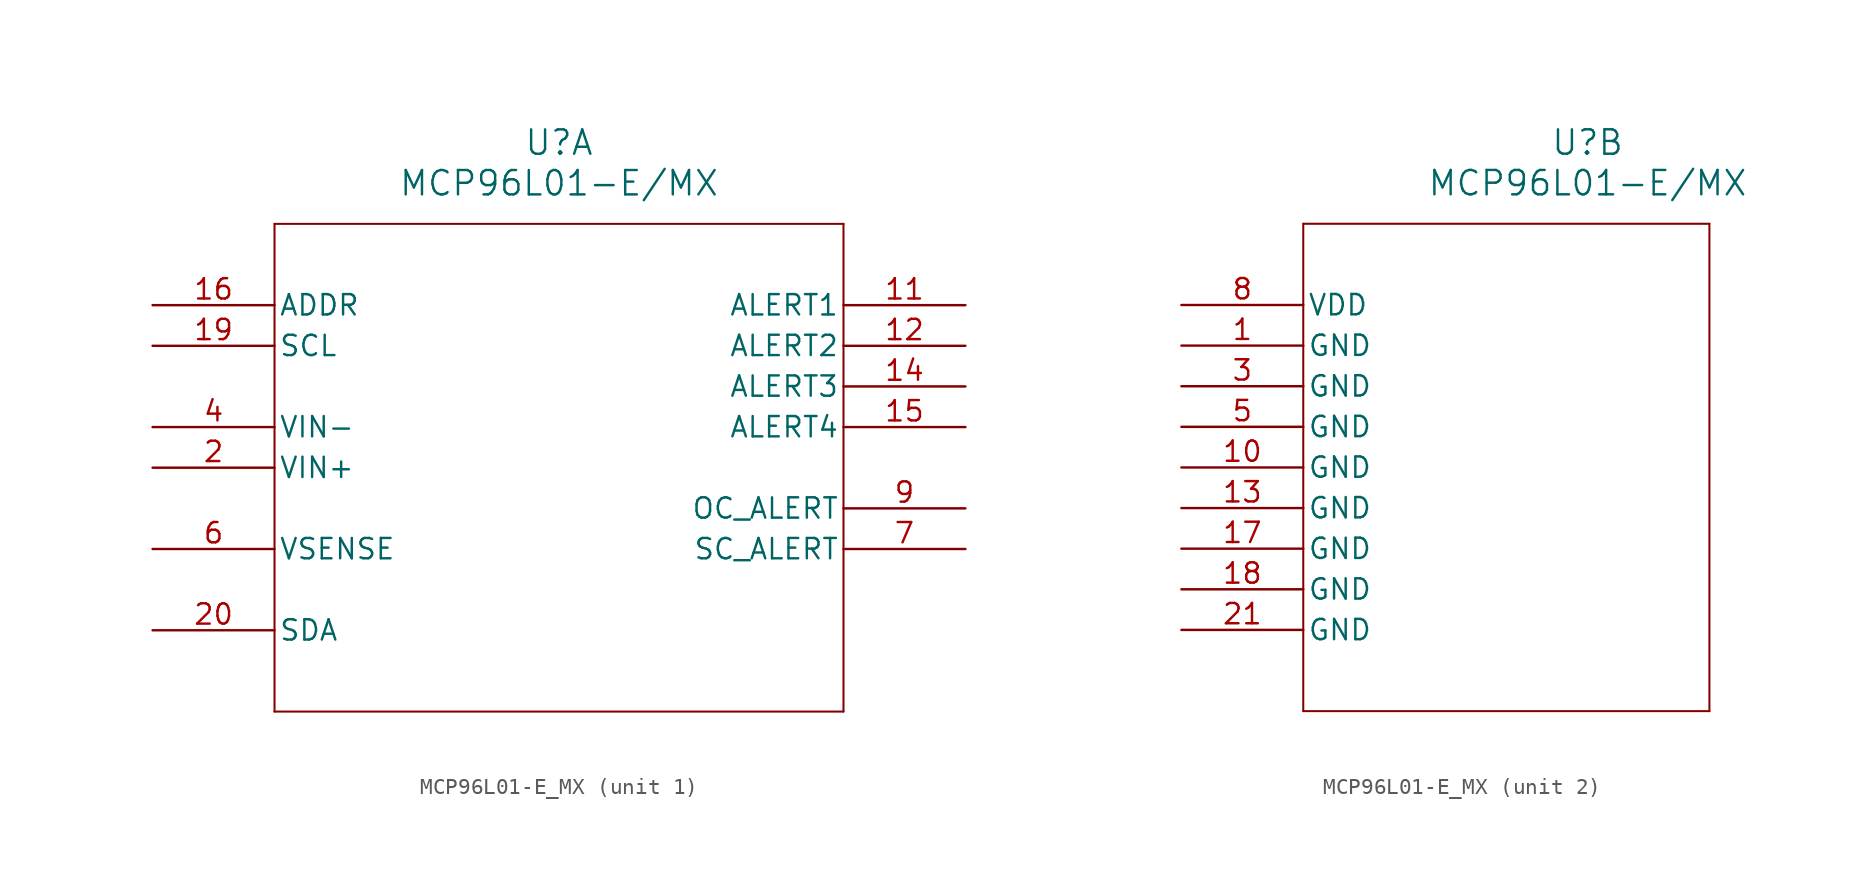
<source format=kicad_sym>
(kicad_symbol_lib
  (version 20211014)
  (generator kicad_symbol_editor)
  (symbol "MCP96L01-E_MX"
    (pin_names
      (offset 0.254))
    (property "Reference" "U"
      (at 25.4 10.16 0)
      (effects (font (size 1.524 1.524))))
    (property "Value" "MCP96L01-E/MX"
      (at 25.4 7.62 0)
      (effects (font (size 1.524 1.524))))
    (symbol "MCP96L01-E_MX_1_1"
      (polyline (pts (xy 7.62 5.08) (xy 7.62 -25.4)) (stroke (width 0.127) (type default) (color 0 0 0 0)) (fill (type none)))
      (polyline (pts (xy 7.62 -25.4) (xy 43.18 -25.4)) (stroke (width 0.127) (type default) (color 0 0 0 0)) (fill (type none)))
      (polyline (pts (xy 43.18 -25.4) (xy 43.18 5.08)) (stroke (width 0.127) (type default) (color 0 0 0 0)) (fill (type none)))
      (polyline (pts (xy 43.18 5.08) (xy 7.62 5.08)) (stroke (width 0.127) (type default) (color 0 0 0 0)) (fill (type none)))
      (pin input line (at 0 -10.16 0) (length 7.62) (name "VIN+" (effects (font (size 1.27 1.27)))) (number "2" (effects (font (size 1.27 1.27)))))
      (pin input line (at 0 -7.62 0) (length 7.62) (name "VIN-" (effects (font (size 1.27 1.27)))) (number "4" (effects (font (size 1.27 1.27)))))
      (pin input line (at 0 -15.24 0) (length 7.62) (name "VSENSE" (effects (font (size 1.27 1.27)))) (number "6" (effects (font (size 1.27 1.27)))))
      (pin output line (at 50.8 -15.24 180) (length 7.62) (name "SC_ALERT" (effects (font (size 1.27 1.27)))) (number "7" (effects (font (size 1.27 1.27)))))
      (pin output line (at 50.8 -12.7 180) (length 7.62) (name "OC_ALERT" (effects (font (size 1.27 1.27)))) (number "9" (effects (font (size 1.27 1.27)))))
      (pin output line (at 50.8 0 180) (length 7.62) (name "ALERT1" (effects (font (size 1.27 1.27)))) (number "11" (effects (font (size 1.27 1.27)))))
      (pin output line (at 50.8 -2.54 180) (length 7.62) (name "ALERT2" (effects (font (size 1.27 1.27)))) (number "12" (effects (font (size 1.27 1.27)))))
      (pin output line (at 50.8 -5.08 180) (length 7.62) (name "ALERT3" (effects (font (size 1.27 1.27)))) (number "14" (effects (font (size 1.27 1.27)))))
      (pin output line (at 50.8 -7.62 180) (length 7.62) (name "ALERT4" (effects (font (size 1.27 1.27)))) (number "15" (effects (font (size 1.27 1.27)))))
      (pin input line (at 0 0 0) (length 7.62) (name "ADDR" (effects (font (size 1.27 1.27)))) (number "16" (effects (font (size 1.27 1.27)))))
      (pin input line (at 0 -2.54 0) (length 7.62) (name "SCL" (effects (font (size 1.27 1.27)))) (number "19" (effects (font (size 1.27 1.27)))))
      (pin bidirectional line (at 0 -20.32 0) (length 7.62) (name "SDA" (effects (font (size 1.27 1.27)))) (number "20" (effects (font (size 1.27 1.27))))))
    (symbol "MCP96L01-E_MX_2_1"
      (polyline (pts (xy 7.62 5.08) (xy 7.62 -25.4)) (stroke (width 0.127) (type default) (color 0 0 0 0)) (fill (type none)))
      (polyline (pts (xy 7.62 -25.4) (xy 33.02 -25.4)) (stroke (width 0.127) (type default) (color 0 0 0 0)) (fill (type none)))
      (polyline (pts (xy 33.02 -25.4) (xy 33.02 5.08)) (stroke (width 0.127) (type default) (color 0 0 0 0)) (fill (type none)))
      (polyline (pts (xy 33.02 5.08) (xy 7.62 5.08)) (stroke (width 0.127) (type default) (color 0 0 0 0)) (fill (type none)))
      (pin power_out line (at 0 -2.54 0) (length 7.62) (name "GND" (effects (font (size 1.27 1.27)))) (number "1" (effects (font (size 1.27 1.27)))))
      (pin power_out line (at 0 -5.08 0) (length 7.62) (name "GND" (effects (font (size 1.27 1.27)))) (number "3" (effects (font (size 1.27 1.27)))))
      (pin power_out line (at 0 -7.62 0) (length 7.62) (name "GND" (effects (font (size 1.27 1.27)))) (number "5" (effects (font (size 1.27 1.27)))))
      (pin power_in line (at 0 0 0) (length 7.62) (name "VDD" (effects (font (size 1.27 1.27)))) (number "8" (effects (font (size 1.27 1.27)))))
      (pin power_out line (at 0 -10.16 0) (length 7.62) (name "GND" (effects (font (size 1.27 1.27)))) (number "10" (effects (font (size 1.27 1.27)))))
      (pin power_out line (at 0 -12.7 0) (length 7.62) (name "GND" (effects (font (size 1.27 1.27)))) (number "13" (effects (font (size 1.27 1.27)))))
      (pin power_out line (at 0 -15.24 0) (length 7.62) (name "GND" (effects (font (size 1.27 1.27)))) (number "17" (effects (font (size 1.27 1.27)))))
      (pin power_out line (at 0 -17.78 0) (length 7.62) (name "GND" (effects (font (size 1.27 1.27)))) (number "18" (effects (font (size 1.27 1.27)))))
      (pin power_out line (at 0 -20.32 0) (length 7.62) (name "GND" (effects (font (size 1.27 1.27)))) (number "21" (effects (font (size 1.27 1.27))))))))
</source>
